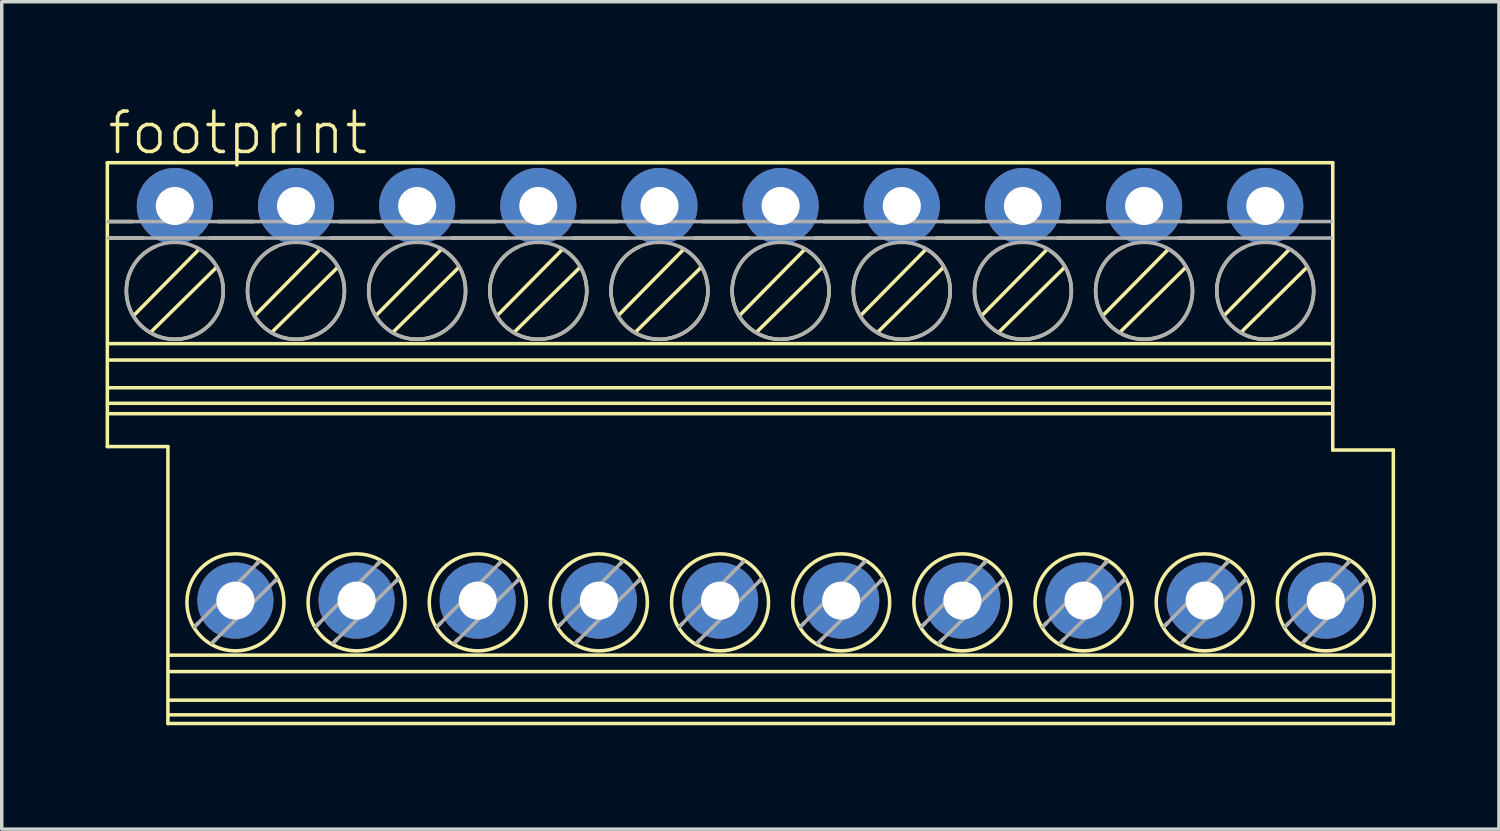
<source format=kicad_pcb>
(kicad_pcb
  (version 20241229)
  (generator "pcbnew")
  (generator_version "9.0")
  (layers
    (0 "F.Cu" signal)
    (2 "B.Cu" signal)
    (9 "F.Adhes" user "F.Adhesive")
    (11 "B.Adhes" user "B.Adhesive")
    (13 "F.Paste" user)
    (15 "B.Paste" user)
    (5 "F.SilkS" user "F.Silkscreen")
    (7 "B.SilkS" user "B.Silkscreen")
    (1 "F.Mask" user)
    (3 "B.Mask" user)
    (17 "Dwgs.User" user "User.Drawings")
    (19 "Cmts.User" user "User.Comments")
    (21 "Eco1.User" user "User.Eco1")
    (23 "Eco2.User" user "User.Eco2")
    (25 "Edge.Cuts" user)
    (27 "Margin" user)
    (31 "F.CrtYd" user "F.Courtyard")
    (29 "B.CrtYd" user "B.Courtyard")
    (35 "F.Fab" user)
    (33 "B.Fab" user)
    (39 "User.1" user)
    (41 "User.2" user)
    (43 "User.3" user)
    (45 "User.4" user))
  (footprint "footprint"
    (layer "F.Cu")
    (at 17.751 9.751)
    (property "Reference" "footprint" (at -17.751 -8.278 0) (layer "F.SilkS") (effects (font (size 1.168 1.168) (thickness 0.102)) (justify left bottom)))
    (fp_line (start -17.7 -8.1) (end 17.7 -8.1) (stroke (width 0.102) (type solid)) (layer "F.SilkS"))
    (fp_line (start -17.7 0.1) (end -17.7 -8.1) (stroke (width 0.102) (type solid)) (layer "F.SilkS"))
    (fp_line (start -17.675 -6.4) (end -16.975 -6.4) (stroke (width 0.102) (type solid)) (layer "F.SilkS"))
    (fp_line (start -17.675 -5.925) (end -16.675 -5.925) (stroke (width 0.102) (type solid)) (layer "F.SilkS"))
    (fp_line (start -17.65 -2.875) (end 17.675 -2.875) (stroke (width 0.102) (type solid)) (layer "F.SilkS"))
    (fp_line (start -17.65 -2.4) (end 17.675 -2.4) (stroke (width 0.102) (type solid)) (layer "F.SilkS"))
    (fp_line (start -17.65 -1.6) (end 17.675 -1.6) (stroke (width 0.102) (type solid)) (layer "F.SilkS"))
    (fp_line (start -17.65 -0.85) (end 17.675 -0.85) (stroke (width 0.102) (type solid)) (layer "F.SilkS"))
    (fp_line (start -16.925 -3.7) (end -15.075 -5.575) (stroke (width 0.102) (type solid)) (layer "F.SilkS"))
    (fp_line (start -16.425 -3.225) (end -14.55 -5.075) (stroke (width 0.102) (type solid)) (layer "F.SilkS"))
    (fp_line (start -15.95 0.1) (end -17.7 0.1) (stroke (width 0.102) (type solid)) (layer "F.SilkS"))
    (fp_line (start -15.95 8.1) (end -15.95 0.1) (stroke (width 0.102) (type solid)) (layer "F.SilkS"))
    (fp_line (start -15.9 6.125) (end 19.425 6.125) (stroke (width 0.102) (type solid)) (layer "F.SilkS"))
    (fp_line (start -15.9 6.6) (end 19.425 6.6) (stroke (width 0.102) (type solid)) (layer "F.SilkS"))
    (fp_line (start -15.9 7.425) (end 19.425 7.425) (stroke (width 0.102) (type solid)) (layer "F.SilkS"))
    (fp_line (start -15.9 7.85) (end 19.425 7.85) (stroke (width 0.102) (type solid)) (layer "F.SilkS"))
    (fp_line (start -15.175 5.3) (end -15.075 5.2) (stroke (width 0.102) (type solid)) (layer "F.SilkS"))
    (fp_line (start -14.75 -5.925) (end -13.175 -5.925) (stroke (width 0.102) (type solid)) (layer "F.SilkS"))
    (fp_line (start -14.675 5.775) (end -14.575 5.675) (stroke (width 0.102) (type solid)) (layer "F.SilkS"))
    (fp_line (start -14.5 -6.4) (end -13.475 -6.4) (stroke (width 0.102) (type solid)) (layer "F.SilkS"))
    (fp_line (start -13.425 -3.7) (end -11.575 -5.575) (stroke (width 0.102) (type solid)) (layer "F.SilkS"))
    (fp_line (start -13.4 3.5) (end -13.325 3.425) (stroke (width 0.102) (type solid)) (layer "F.SilkS"))
    (fp_line (start -12.925 -3.225) (end -11.05 -5.075) (stroke (width 0.102) (type solid)) (layer "F.SilkS"))
    (fp_line (start -12.875 4) (end -12.8 3.925) (stroke (width 0.102) (type solid)) (layer "F.SilkS"))
    (fp_line (start -11.675 5.3) (end -11.575 5.2) (stroke (width 0.102) (type solid)) (layer "F.SilkS"))
    (fp_line (start -11.25 -5.925) (end -9.675 -5.925) (stroke (width 0.102) (type solid)) (layer "F.SilkS"))
    (fp_line (start -11.175 5.775) (end -11.075 5.675) (stroke (width 0.102) (type solid)) (layer "F.SilkS"))
    (fp_line (start -11 -6.4) (end -9.975 -6.4) (stroke (width 0.102) (type solid)) (layer "F.SilkS"))
    (fp_line (start -9.925 -3.7) (end -8.075 -5.575) (stroke (width 0.102) (type solid)) (layer "F.SilkS"))
    (fp_line (start -9.9 3.5) (end -9.825 3.425) (stroke (width 0.102) (type solid)) (layer "F.SilkS"))
    (fp_line (start -9.425 -3.225) (end -7.55 -5.075) (stroke (width 0.102) (type solid)) (layer "F.SilkS"))
    (fp_line (start -9.375 4) (end -9.3 3.925) (stroke (width 0.102) (type solid)) (layer "F.SilkS"))
    (fp_line (start -8.175 5.3) (end -8.075 5.2) (stroke (width 0.102) (type solid)) (layer "F.SilkS"))
    (fp_line (start -7.75 -5.925) (end -6.175 -5.925) (stroke (width 0.102) (type solid)) (layer "F.SilkS"))
    (fp_line (start -7.675 5.775) (end -7.575 5.675) (stroke (width 0.102) (type solid)) (layer "F.SilkS"))
    (fp_line (start -7.5 -6.4) (end -6.475 -6.4) (stroke (width 0.102) (type solid)) (layer "F.SilkS"))
    (fp_line (start -6.425 -3.7) (end -4.575 -5.575) (stroke (width 0.102) (type solid)) (layer "F.SilkS"))
    (fp_line (start -6.4 3.5) (end -6.325 3.425) (stroke (width 0.102) (type solid)) (layer "F.SilkS"))
    (fp_line (start -5.925 -3.225) (end -4.05 -5.075) (stroke (width 0.102) (type solid)) (layer "F.SilkS"))
    (fp_line (start -5.875 4) (end -5.8 3.925) (stroke (width 0.102) (type solid)) (layer "F.SilkS"))
    (fp_line (start -4.675 5.3) (end -4.575 5.2) (stroke (width 0.102) (type solid)) (layer "F.SilkS"))
    (fp_line (start -4.25 -5.925) (end -2.675 -5.925) (stroke (width 0.102) (type solid)) (layer "F.SilkS"))
    (fp_line (start -4.175 5.775) (end -4.075 5.675) (stroke (width 0.102) (type solid)) (layer "F.SilkS"))
    (fp_line (start -4 -6.4) (end -2.975 -6.4) (stroke (width 0.102) (type solid)) (layer "F.SilkS"))
    (fp_line (start -2.925 -3.7) (end -1.075 -5.575) (stroke (width 0.102) (type solid)) (layer "F.SilkS"))
    (fp_line (start -2.9 3.5) (end -2.825 3.425) (stroke (width 0.102) (type solid)) (layer "F.SilkS"))
    (fp_line (start -2.425 -3.225) (end -0.55 -5.075) (stroke (width 0.102) (type solid)) (layer "F.SilkS"))
    (fp_line (start -2.375 4) (end -2.3 3.925) (stroke (width 0.102) (type solid)) (layer "F.SilkS"))
    (fp_line (start -1.175 5.3) (end -1.075 5.2) (stroke (width 0.102) (type solid)) (layer "F.SilkS"))
    (fp_line (start -0.75 -5.925) (end 0.825 -5.925) (stroke (width 0.102) (type solid)) (layer "F.SilkS"))
    (fp_line (start -0.675 5.775) (end -0.575 5.675) (stroke (width 0.102) (type solid)) (layer "F.SilkS"))
    (fp_line (start -0.5 -6.4) (end 0.525 -6.4) (stroke (width 0.102) (type solid)) (layer "F.SilkS"))
    (fp_line (start 0.575 -3.7) (end 2.425 -5.575) (stroke (width 0.102) (type solid)) (layer "F.SilkS"))
    (fp_line (start 0.6 3.5) (end 0.675 3.425) (stroke (width 0.102) (type solid)) (layer "F.SilkS"))
    (fp_line (start 1.075 -3.225) (end 2.95 -5.075) (stroke (width 0.102) (type solid)) (layer "F.SilkS"))
    (fp_line (start 1.125 4) (end 1.2 3.925) (stroke (width 0.102) (type solid)) (layer "F.SilkS"))
    (fp_line (start 2.325 5.3) (end 2.425 5.2) (stroke (width 0.102) (type solid)) (layer "F.SilkS"))
    (fp_line (start 2.75 -5.925) (end 4.325 -5.925) (stroke (width 0.102) (type solid)) (layer "F.SilkS"))
    (fp_line (start 2.825 5.775) (end 2.925 5.675) (stroke (width 0.102) (type solid)) (layer "F.SilkS"))
    (fp_line (start 3 -6.4) (end 4.025 -6.4) (stroke (width 0.102) (type solid)) (layer "F.SilkS"))
    (fp_line (start 4.075 -3.7) (end 5.925 -5.575) (stroke (width 0.102) (type solid)) (layer "F.SilkS"))
    (fp_line (start 4.1 3.5) (end 4.175 3.425) (stroke (width 0.102) (type solid)) (layer "F.SilkS"))
    (fp_line (start 4.575 -3.225) (end 6.45 -5.075) (stroke (width 0.102) (type solid)) (layer "F.SilkS"))
    (fp_line (start 4.625 4) (end 4.7 3.925) (stroke (width 0.102) (type solid)) (layer "F.SilkS"))
    (fp_line (start 5.825 5.3) (end 5.925 5.2) (stroke (width 0.102) (type solid)) (layer "F.SilkS"))
    (fp_line (start 6.25 -5.925) (end 7.825 -5.925) (stroke (width 0.102) (type solid)) (layer "F.SilkS"))
    (fp_line (start 6.325 5.775) (end 6.425 5.675) (stroke (width 0.102) (type solid)) (layer "F.SilkS"))
    (fp_line (start 6.5 -6.4) (end 7.525 -6.4) (stroke (width 0.102) (type solid)) (layer "F.SilkS"))
    (fp_line (start 7.575 -3.7) (end 9.425 -5.575) (stroke (width 0.102) (type solid)) (layer "F.SilkS"))
    (fp_line (start 7.6 3.5) (end 7.675 3.425) (stroke (width 0.102) (type solid)) (layer "F.SilkS"))
    (fp_line (start 8.075 -3.225) (end 9.95 -5.075) (stroke (width 0.102) (type solid)) (layer "F.SilkS"))
    (fp_line (start 8.125 4) (end 8.2 3.925) (stroke (width 0.102) (type solid)) (layer "F.SilkS"))
    (fp_line (start 9.325 5.3) (end 9.425 5.2) (stroke (width 0.102) (type solid)) (layer "F.SilkS"))
    (fp_line (start 9.75 -5.925) (end 11.325 -5.925) (stroke (width 0.102) (type solid)) (layer "F.SilkS"))
    (fp_line (start 9.825 5.775) (end 9.925 5.675) (stroke (width 0.102) (type solid)) (layer "F.SilkS"))
    (fp_line (start 10 -6.4) (end 11.025 -6.4) (stroke (width 0.102) (type solid)) (layer "F.SilkS"))
    (fp_line (start 11.075 -3.7) (end 12.925 -5.575) (stroke (width 0.102) (type solid)) (layer "F.SilkS"))
    (fp_line (start 11.1 3.5) (end 11.175 3.425) (stroke (width 0.102) (type solid)) (layer "F.SilkS"))
    (fp_line (start 11.575 -3.225) (end 13.45 -5.075) (stroke (width 0.102) (type solid)) (layer "F.SilkS"))
    (fp_line (start 11.625 4) (end 11.7 3.925) (stroke (width 0.102) (type solid)) (layer "F.SilkS"))
    (fp_line (start 12.825 5.3) (end 12.925 5.2) (stroke (width 0.102) (type solid)) (layer "F.SilkS"))
    (fp_line (start 13.25 -5.925) (end 14.825 -5.925) (stroke (width 0.102) (type solid)) (layer "F.SilkS"))
    (fp_line (start 13.325 5.775) (end 13.425 5.675) (stroke (width 0.102) (type solid)) (layer "F.SilkS"))
    (fp_line (start 13.5 -6.4) (end 14.525 -6.4) (stroke (width 0.102) (type solid)) (layer "F.SilkS"))
    (fp_line (start 14.575 -3.7) (end 16.425 -5.575) (stroke (width 0.102) (type solid)) (layer "F.SilkS"))
    (fp_line (start 14.6 3.5) (end 14.675 3.425) (stroke (width 0.102) (type solid)) (layer "F.SilkS"))
    (fp_line (start 15.075 -3.225) (end 16.95 -5.075) (stroke (width 0.102) (type solid)) (layer "F.SilkS"))
    (fp_line (start 15.125 4) (end 15.2 3.925) (stroke (width 0.102) (type solid)) (layer "F.SilkS"))
    (fp_line (start 16.325 5.3) (end 16.425 5.2) (stroke (width 0.102) (type solid)) (layer "F.SilkS"))
    (fp_line (start 16.825 5.775) (end 16.925 5.675) (stroke (width 0.102) (type solid)) (layer "F.SilkS"))
    (fp_line (start 17.675 -1.15) (end -17.65 -1.15) (stroke (width 0.102) (type solid)) (layer "F.SilkS"))
    (fp_line (start 17.7 -8.1) (end 17.7 0.2) (stroke (width 0.102) (type solid)) (layer "F.SilkS"))
    (fp_line (start 17.7 0.2) (end 19.45 0.2) (stroke (width 0.102) (type solid)) (layer "F.SilkS"))
    (fp_line (start 18.1 3.5) (end 18.175 3.425) (stroke (width 0.102) (type solid)) (layer "F.SilkS"))
    (fp_line (start 18.625 4) (end 18.7 3.925) (stroke (width 0.102) (type solid)) (layer "F.SilkS"))
    (fp_line (start 19.45 0.2) (end 19.45 8.1) (stroke (width 0.102) (type solid)) (layer "F.SilkS"))
    (fp_line (start 19.45 8.1) (end -15.95 8.1) (stroke (width 0.102) (type solid)) (layer "F.SilkS"))
    (fp_arc (start -15.124999 -5.65) (mid -15.780481 -2.999357) (end -16.325 -5.675) (stroke (width 0.1016) (type solid)) (layer "F.SilkS"))
    (fp_arc (start -11.624999 -5.65) (mid -12.280481 -2.999357) (end -12.825 -5.675) (stroke (width 0.1016) (type solid)) (layer "F.SilkS"))
    (fp_arc (start -8.124999 -5.65) (mid -8.780481 -2.999357) (end -9.325 -5.675) (stroke (width 0.1016) (type solid)) (layer "F.SilkS"))
    (fp_arc (start -4.624999 -5.65) (mid -5.280481 -2.999357) (end -5.825 -5.675) (stroke (width 0.1016) (type solid)) (layer "F.SilkS"))
    (fp_arc (start -1.124999 -5.65) (mid -1.780481 -2.999357) (end -2.325 -5.675) (stroke (width 0.1016) (type solid)) (layer "F.SilkS"))
    (fp_arc (start 2.375001 -5.65) (mid 1.719517 -2.999357) (end 1.175 -5.675) (stroke (width 0.1016) (type solid)) (layer "F.SilkS"))
    (fp_arc (start 5.875001 -5.65) (mid 5.219517 -2.999357) (end 4.675 -5.675) (stroke (width 0.1016) (type solid)) (layer "F.SilkS"))
    (fp_arc (start 9.375001 -5.65) (mid 8.719517 -2.999357) (end 8.175 -5.675) (stroke (width 0.1016) (type solid)) (layer "F.SilkS"))
    (fp_arc (start 12.875001 -5.65) (mid 12.219517 -2.999357) (end 11.675 -5.675) (stroke (width 0.1016) (type solid)) (layer "F.SilkS"))
    (fp_arc (start 16.375001 -5.65) (mid 15.719517 -2.999357) (end 15.175 -5.675) (stroke (width 0.1016) (type solid)) (layer "F.SilkS"))
    (fp_circle (center -14 4.6) (end -12.599 4.6) (stroke (width 0.102) (type solid)) (fill no) (layer "F.SilkS"))
    (fp_circle (center -10.5 4.6) (end -9.099 4.6) (stroke (width 0.102) (type solid)) (fill no) (layer "F.SilkS"))
    (fp_circle (center -7 4.6) (end -5.599 4.6) (stroke (width 0.102) (type solid)) (fill no) (layer "F.SilkS"))
    (fp_circle (center -3.5 4.6) (end -2.099 4.6) (stroke (width 0.102) (type solid)) (fill no) (layer "F.SilkS"))
    (fp_circle (center 0 4.6) (end 1.401 4.6) (stroke (width 0.102) (type solid)) (fill no) (layer "F.SilkS"))
    (fp_circle (center 3.5 4.6) (end 4.901 4.6) (stroke (width 0.102) (type solid)) (fill no) (layer "F.SilkS"))
    (fp_circle (center 7 4.6) (end 8.401 4.6) (stroke (width 0.102) (type solid)) (fill no) (layer "F.SilkS"))
    (fp_circle (center 10.5 4.6) (end 11.901 4.6) (stroke (width 0.102) (type solid)) (fill no) (layer "F.SilkS"))
    (fp_circle (center 14 4.6) (end 15.401 4.6) (stroke (width 0.102) (type solid)) (fill no) (layer "F.SilkS"))
    (fp_circle (center 17.5 4.6) (end 18.901 4.6) (stroke (width 0.102) (type solid)) (fill no) (layer "F.SilkS"))
    (fp_line (start -17.675 -6.4) (end 17.65 -6.4) (stroke (width 0.102) (type solid)) (layer "F.Fab"))
    (fp_line (start -17.675 -5.925) (end 17.65 -5.925) (stroke (width 0.102) (type solid)) (layer "F.Fab"))
    (fp_line (start -15.175 5.3) (end -13.325 3.425) (stroke (width 0.102) (type solid)) (layer "F.Fab"))
    (fp_line (start -14.675 5.775) (end -12.8 3.925) (stroke (width 0.102) (type solid)) (layer "F.Fab"))
    (fp_line (start -11.675 5.3) (end -9.825 3.425) (stroke (width 0.102) (type solid)) (layer "F.Fab"))
    (fp_line (start -11.175 5.775) (end -9.3 3.925) (stroke (width 0.102) (type solid)) (layer "F.Fab"))
    (fp_line (start -8.175 5.3) (end -6.325 3.425) (stroke (width 0.102) (type solid)) (layer "F.Fab"))
    (fp_line (start -7.675 5.775) (end -5.8 3.925) (stroke (width 0.102) (type solid)) (layer "F.Fab"))
    (fp_line (start -4.675 5.3) (end -2.825 3.425) (stroke (width 0.102) (type solid)) (layer "F.Fab"))
    (fp_line (start -4.175 5.775) (end -2.3 3.925) (stroke (width 0.102) (type solid)) (layer "F.Fab"))
    (fp_line (start -1.175 5.3) (end 0.675 3.425) (stroke (width 0.102) (type solid)) (layer "F.Fab"))
    (fp_line (start -0.675 5.775) (end 1.2 3.925) (stroke (width 0.102) (type solid)) (layer "F.Fab"))
    (fp_line (start 2.325 5.3) (end 4.175 3.425) (stroke (width 0.102) (type solid)) (layer "F.Fab"))
    (fp_line (start 2.825 5.775) (end 4.7 3.925) (stroke (width 0.102) (type solid)) (layer "F.Fab"))
    (fp_line (start 5.825 5.3) (end 7.675 3.425) (stroke (width 0.102) (type solid)) (layer "F.Fab"))
    (fp_line (start 6.325 5.775) (end 8.2 3.925) (stroke (width 0.102) (type solid)) (layer "F.Fab"))
    (fp_line (start 9.325 5.3) (end 11.175 3.425) (stroke (width 0.102) (type solid)) (layer "F.Fab"))
    (fp_line (start 9.825 5.775) (end 11.7 3.925) (stroke (width 0.102) (type solid)) (layer "F.Fab"))
    (fp_line (start 12.825 5.3) (end 14.675 3.425) (stroke (width 0.102) (type solid)) (layer "F.Fab"))
    (fp_line (start 13.325 5.775) (end 15.2 3.925) (stroke (width 0.102) (type solid)) (layer "F.Fab"))
    (fp_line (start 16.325 5.3) (end 18.175 3.425) (stroke (width 0.102) (type solid)) (layer "F.Fab"))
    (fp_line (start 16.825 5.775) (end 18.7 3.925) (stroke (width 0.102) (type solid)) (layer "F.Fab"))
    (fp_circle (center -15.75 -4.4) (end -14.349 -4.4) (stroke (width 0.102) (type solid)) (fill no) (layer "F.Fab"))
    (fp_circle (center -12.25 -4.4) (end -10.849 -4.4) (stroke (width 0.102) (type solid)) (fill no) (layer "F.Fab"))
    (fp_circle (center -8.75 -4.4) (end -7.349 -4.4) (stroke (width 0.102) (type solid)) (fill no) (layer "F.Fab"))
    (fp_circle (center -5.25 -4.4) (end -3.849 -4.4) (stroke (width 0.102) (type solid)) (fill no) (layer "F.Fab"))
    (fp_circle (center -1.75 -4.4) (end -0.349 -4.4) (stroke (width 0.102) (type solid)) (fill no) (layer "F.Fab"))
    (fp_circle (center 1.75 -4.4) (end 3.151 -4.4) (stroke (width 0.102) (type solid)) (fill no) (layer "F.Fab"))
    (fp_circle (center 5.25 -4.4) (end 6.651 -4.4) (stroke (width 0.102) (type solid)) (fill no) (layer "F.Fab"))
    (fp_circle (center 8.75 -4.4) (end 10.151 -4.4) (stroke (width 0.102) (type solid)) (fill no) (layer "F.Fab"))
    (fp_circle (center 12.25 -4.4) (end 13.651 -4.4) (stroke (width 0.102) (type solid)) (fill no) (layer "F.Fab"))
    (fp_circle (center 15.75 -4.4) (end 17.151 -4.4) (stroke (width 0.102) (type solid)) (fill no) (layer "F.Fab"))
    (pad "1" thru_hole circle (at -15.75 -6.85) (size 2.2 2.2) (drill 1.1) (layers "*.Cu" "*.Mask"))
    (pad "2" thru_hole circle (at -14 4.55) (size 2.2 2.2) (drill 1.1) (layers "*.Cu" "*.Mask"))
    (pad "3" thru_hole circle (at -12.25 -6.85) (size 2.2 2.2) (drill 1.1) (layers "*.Cu" "*.Mask"))
    (pad "4" thru_hole circle (at -10.5 4.55) (size 2.2 2.2) (drill 1.1) (layers "*.Cu" "*.Mask"))
    (pad "5" thru_hole circle (at -8.75 -6.85) (size 2.2 2.2) (drill 1.1) (layers "*.Cu" "*.Mask"))
    (pad "6" thru_hole circle (at -7 4.55) (size 2.2 2.2) (drill 1.1) (layers "*.Cu" "*.Mask"))
    (pad "7" thru_hole circle (at -5.25 -6.85) (size 2.2 2.2) (drill 1.1) (layers "*.Cu" "*.Mask"))
    (pad "8" thru_hole circle (at -3.5 4.55) (size 2.2 2.2) (drill 1.1) (layers "*.Cu" "*.Mask"))
    (pad "9" thru_hole circle (at -1.75 -6.85) (size 2.2 2.2) (drill 1.1) (layers "*.Cu" "*.Mask"))
    (pad "10" thru_hole circle (at 0 4.55) (size 2.2 2.2) (drill 1.1) (layers "*.Cu" "*.Mask"))
    (pad "11" thru_hole circle (at 1.75 -6.85) (size 2.2 2.2) (drill 1.1) (layers "*.Cu" "*.Mask"))
    (pad "12" thru_hole circle (at 3.5 4.55) (size 2.2 2.2) (drill 1.1) (layers "*.Cu" "*.Mask"))
    (pad "13" thru_hole circle (at 5.25 -6.85) (size 2.2 2.2) (drill 1.1) (layers "*.Cu" "*.Mask"))
    (pad "14" thru_hole circle (at 7 4.55) (size 2.2 2.2) (drill 1.1) (layers "*.Cu" "*.Mask"))
    (pad "15" thru_hole circle (at 8.75 -6.85) (size 2.2 2.2) (drill 1.1) (layers "*.Cu" "*.Mask"))
    (pad "16" thru_hole circle (at 10.5 4.55) (size 2.2 2.2) (drill 1.1) (layers "*.Cu" "*.Mask"))
    (pad "17" thru_hole circle (at 12.25 -6.85) (size 2.2 2.2) (drill 1.1) (layers "*.Cu" "*.Mask"))
    (pad "18" thru_hole circle (at 14 4.55) (size 2.2 2.2) (drill 1.1) (layers "*.Cu" "*.Mask"))
    (pad "19" thru_hole circle (at 15.75 -6.85) (size 2.2 2.2) (drill 1.1) (layers "*.Cu" "*.Mask"))
    (pad "20" thru_hole circle (at 17.5 4.55) (size 2.2 2.2) (drill 1.1) (layers "*.Cu" "*.Mask")))
  (gr_rect
    (start -3 -3)
    (end 40.252 20.902)
    (stroke (width 0.1) (type default))
    (fill no)
    (layer "Edge.Cuts")))
</source>
